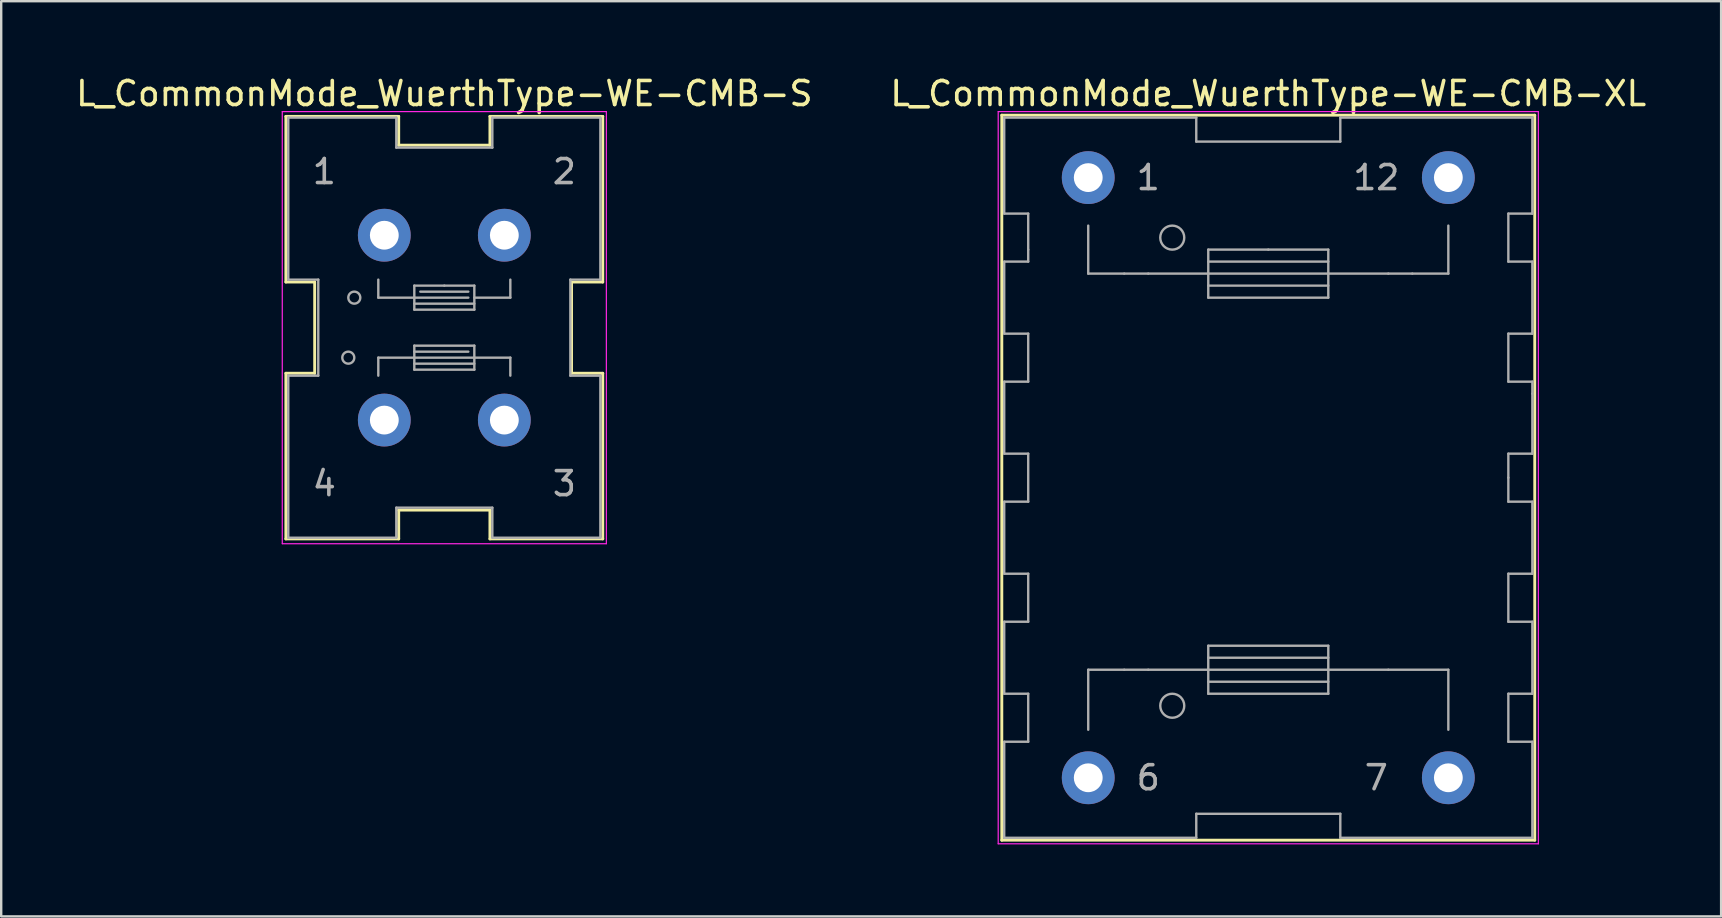
<source format=kicad_pcb>
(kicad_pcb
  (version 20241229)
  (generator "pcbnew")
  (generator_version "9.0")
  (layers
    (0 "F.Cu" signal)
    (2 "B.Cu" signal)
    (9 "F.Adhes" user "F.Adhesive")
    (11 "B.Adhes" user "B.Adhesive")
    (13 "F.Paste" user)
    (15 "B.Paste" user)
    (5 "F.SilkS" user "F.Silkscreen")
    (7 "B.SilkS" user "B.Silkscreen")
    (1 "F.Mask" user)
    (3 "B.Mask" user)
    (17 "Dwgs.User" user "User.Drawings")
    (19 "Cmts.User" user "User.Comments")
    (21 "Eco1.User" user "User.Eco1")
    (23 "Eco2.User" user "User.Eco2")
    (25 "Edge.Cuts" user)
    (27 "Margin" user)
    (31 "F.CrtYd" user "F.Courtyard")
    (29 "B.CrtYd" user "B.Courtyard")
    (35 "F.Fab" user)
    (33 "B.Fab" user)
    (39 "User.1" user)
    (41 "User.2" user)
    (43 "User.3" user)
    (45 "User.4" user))
  (footprint "L_CommonMode_WuerthType-WE-CMB-S"
    (layer "F.Cu")
    (at 12.958 6.748)
    (property "Reference" "L_CommonMode_WuerthType-WE-CMB-S" (at 2.5 -5.9 0) (layer "F.SilkS") (effects (font (size 1 1) (thickness 0.15))))
    (attr through_hole)
    (fp_line (start -4.1 -4.95) (end -4 -4.95) (stroke (width 0.12) (type solid)) (layer "F.SilkS"))
    (fp_line (start -4.1 1.95) (end -4.1 -4.95) (stroke (width 0.12) (type solid)) (layer "F.SilkS"))
    (fp_line (start -4.1 5.75) (end -2.9 5.75) (stroke (width 0.12) (type solid)) (layer "F.SilkS"))
    (fp_line (start -4.1 12.65) (end -4.1 5.75) (stroke (width 0.12) (type solid)) (layer "F.SilkS"))
    (fp_line (start -4 -4.95) (end 0.6 -4.95) (stroke (width 0.12) (type solid)) (layer "F.SilkS"))
    (fp_line (start -2.9 1.95) (end -4.1 1.95) (stroke (width 0.12) (type solid)) (layer "F.SilkS"))
    (fp_line (start -2.9 5.75) (end -2.9 1.95) (stroke (width 0.12) (type solid)) (layer "F.SilkS"))
    (fp_line (start 0.6 -4.95) (end 0.6 -3.75) (stroke (width 0.12) (type solid)) (layer "F.SilkS"))
    (fp_line (start 0.6 -3.75) (end 4.4 -3.75) (stroke (width 0.12) (type solid)) (layer "F.SilkS"))
    (fp_line (start 0.6 11.45) (end 0.6 12.65) (stroke (width 0.12) (type solid)) (layer "F.SilkS"))
    (fp_line (start 0.6 12.65) (end -4.1 12.65) (stroke (width 0.12) (type solid)) (layer "F.SilkS"))
    (fp_line (start 4.4 -4.95) (end 9.1 -4.95) (stroke (width 0.12) (type solid)) (layer "F.SilkS"))
    (fp_line (start 4.4 -3.75) (end 4.4 -4.95) (stroke (width 0.12) (type solid)) (layer "F.SilkS"))
    (fp_line (start 4.4 11.45) (end 0.6 11.45) (stroke (width 0.12) (type solid)) (layer "F.SilkS"))
    (fp_line (start 4.4 12.65) (end 4.4 11.45) (stroke (width 0.12) (type solid)) (layer "F.SilkS"))
    (fp_line (start 7.8 1.95) (end 7.8 5.75) (stroke (width 0.12) (type solid)) (layer "F.SilkS"))
    (fp_line (start 7.8 5.75) (end 9.1 5.75) (stroke (width 0.12) (type solid)) (layer "F.SilkS"))
    (fp_line (start 9.1 -4.95) (end 9.1 1.95) (stroke (width 0.12) (type solid)) (layer "F.SilkS"))
    (fp_line (start 9.1 1.95) (end 7.8 1.95) (stroke (width 0.12) (type solid)) (layer "F.SilkS"))
    (fp_line (start 9.1 5.75) (end 9.1 12.65) (stroke (width 0.12) (type solid)) (layer "F.SilkS"))
    (fp_line (start 9.1 12.65) (end 4.4 12.65) (stroke (width 0.12) (type solid)) (layer "F.SilkS"))
    (fp_line (start -4.25 -5.15) (end -4.25 12.85) (stroke (width 0.05) (type solid)) (layer "F.CrtYd"))
    (fp_line (start -4.25 12.85) (end 9.25 12.85) (stroke (width 0.05) (type solid)) (layer "F.CrtYd"))
    (fp_line (start 9.25 -5.15) (end -4.25 -5.15) (stroke (width 0.05) (type solid)) (layer "F.CrtYd"))
    (fp_line (start 9.25 12.85) (end 9.25 -5.15) (stroke (width 0.05) (type solid)) (layer "F.CrtYd"))
    (fp_line (start -4 -4.9) (end -4 1.85) (stroke (width 0.1) (type solid)) (layer "F.Fab"))
    (fp_line (start -4 1.85) (end -2.75 1.85) (stroke (width 0.1) (type solid)) (layer "F.Fab"))
    (fp_line (start -4 5.85) (end -4 12.6) (stroke (width 0.1) (type solid)) (layer "F.Fab"))
    (fp_line (start -4 12.6) (end 0.5 12.6) (stroke (width 0.1) (type solid)) (layer "F.Fab"))
    (fp_line (start -2.75 1.85) (end -2.75 5.85) (stroke (width 0.1) (type solid)) (layer "F.Fab"))
    (fp_line (start -2.75 5.85) (end -4 5.85) (stroke (width 0.1) (type solid)) (layer "F.Fab"))
    (fp_line (start -0.25 2.6) (end -0.25 1.85) (stroke (width 0.1) (type solid)) (layer "F.Fab"))
    (fp_line (start -0.25 5.1) (end -0.25 5.85) (stroke (width 0.1) (type solid)) (layer "F.Fab"))
    (fp_line (start 0.5 -4.9) (end -4 -4.9) (stroke (width 0.1) (type solid)) (layer "F.Fab"))
    (fp_line (start 0.5 -3.65) (end 0.5 -4.9) (stroke (width 0.1) (type solid)) (layer "F.Fab"))
    (fp_line (start 0.5 11.35) (end 4.5 11.35) (stroke (width 0.1) (type solid)) (layer "F.Fab"))
    (fp_line (start 0.5 12.6) (end 0.5 11.35) (stroke (width 0.1) (type solid)) (layer "F.Fab"))
    (fp_line (start 1.25 2.1) (end 2.5 2.1) (stroke (width 0.1) (type solid)) (layer "F.Fab"))
    (fp_line (start 1.25 2.6) (end -0.25 2.6) (stroke (width 0.1) (type solid)) (layer "F.Fab"))
    (fp_line (start 1.25 2.85) (end 3.75 2.85) (stroke (width 0.1) (type solid)) (layer "F.Fab"))
    (fp_line (start 1.25 3.1) (end 1.25 2.1) (stroke (width 0.1) (type solid)) (layer "F.Fab"))
    (fp_line (start 1.25 4.6) (end 3.75 4.6) (stroke (width 0.1) (type solid)) (layer "F.Fab"))
    (fp_line (start 1.25 4.85) (end 3.5 4.85) (stroke (width 0.1) (type solid)) (layer "F.Fab"))
    (fp_line (start 1.25 5.1) (end -0.25 5.1) (stroke (width 0.1) (type solid)) (layer "F.Fab"))
    (fp_line (start 1.25 5.6) (end 1.25 4.6) (stroke (width 0.1) (type solid)) (layer "F.Fab"))
    (fp_line (start 2.5 2.1) (end 3.75 2.1) (stroke (width 0.1) (type solid)) (layer "F.Fab"))
    (fp_line (start 3.5 2.35) (end 1.5 2.35) (stroke (width 0.1) (type solid)) (layer "F.Fab"))
    (fp_line (start 3.5 2.6) (end 1.25 2.6) (stroke (width 0.1) (type solid)) (layer "F.Fab"))
    (fp_line (start 3.75 2.1) (end 3.75 3.1) (stroke (width 0.1) (type solid)) (layer "F.Fab"))
    (fp_line (start 3.75 2.6) (end 5.25 2.6) (stroke (width 0.1) (type solid)) (layer "F.Fab"))
    (fp_line (start 3.75 3.1) (end 1.25 3.1) (stroke (width 0.1) (type solid)) (layer "F.Fab"))
    (fp_line (start 3.75 4.6) (end 3.75 5.6) (stroke (width 0.1) (type solid)) (layer "F.Fab"))
    (fp_line (start 3.75 5.1) (end 1.25 5.1) (stroke (width 0.1) (type solid)) (layer "F.Fab"))
    (fp_line (start 3.75 5.1) (end 5.25 5.1) (stroke (width 0.1) (type solid)) (layer "F.Fab"))
    (fp_line (start 3.75 5.35) (end 1.25 5.35) (stroke (width 0.1) (type solid)) (layer "F.Fab"))
    (fp_line (start 3.75 5.6) (end 1.25 5.6) (stroke (width 0.1) (type solid)) (layer "F.Fab"))
    (fp_line (start 4.5 -4.9) (end 4.5 -3.65) (stroke (width 0.1) (type solid)) (layer "F.Fab"))
    (fp_line (start 4.5 -3.65) (end 0.5 -3.65) (stroke (width 0.1) (type solid)) (layer "F.Fab"))
    (fp_line (start 4.5 11.35) (end 4.5 12.6) (stroke (width 0.1) (type solid)) (layer "F.Fab"))
    (fp_line (start 4.5 12.6) (end 9 12.6) (stroke (width 0.1) (type solid)) (layer "F.Fab"))
    (fp_line (start 5.25 2.6) (end 5.25 1.85) (stroke (width 0.1) (type solid)) (layer "F.Fab"))
    (fp_line (start 5.25 5.1) (end 5.25 5.85) (stroke (width 0.1) (type solid)) (layer "F.Fab"))
    (fp_line (start 7.75 1.85) (end 9 1.85) (stroke (width 0.1) (type solid)) (layer "F.Fab"))
    (fp_line (start 7.75 5.85) (end 7.75 1.85) (stroke (width 0.1) (type solid)) (layer "F.Fab"))
    (fp_line (start 9 -4.9) (end 4.5 -4.9) (stroke (width 0.1) (type solid)) (layer "F.Fab"))
    (fp_line (start 9 1.85) (end 9 -4.9) (stroke (width 0.1) (type solid)) (layer "F.Fab"))
    (fp_line (start 9 5.85) (end 7.75 5.85) (stroke (width 0.1) (type solid)) (layer "F.Fab"))
    (fp_line (start 9 12.6) (end 9 5.85) (stroke (width 0.1) (type solid)) (layer "F.Fab"))
    (fp_circle (center -1.5 5.1) (end -1.5 4.85) (stroke (width 0.1) (type solid)) (fill no) (layer "F.Fab"))
    (fp_circle (center -1.25 2.6) (end -1 2.6) (stroke (width 0.1) (type solid)) (fill no) (layer "F.Fab"))
    (fp_text user "4" (at -2.5 10.35 0) (layer "F.Fab") (effects (font (size 1 1) (thickness 0.15))))
    (fp_text user "3" (at 7.5 10.35 0) (layer "F.Fab") (effects (font (size 1 1) (thickness 0.15))))
    (fp_text user "1" (at -2.5 -2.65 0) (layer "F.Fab") (effects (font (size 1 1) (thickness 0.15))))
    (fp_text user "2" (at 7.5 -2.65 0) (layer "F.Fab") (effects (font (size 1 1) (thickness 0.15))))
    (pad "1" thru_hole circle (at 0 0) (size 2.2 2.2) (drill 1.2) (layers "*.Cu" "*.Mask"))
    (pad "2" thru_hole circle (at 5 0) (size 2.2 2.2) (drill 1.2) (layers "*.Cu" "*.Mask"))
    (pad "3" thru_hole circle (at 5 7.7) (size 2.2 2.2) (drill 1.2) (layers "*.Cu" "*.Mask"))
    (pad "4" thru_hole circle (at 0 7.7) (size 2.2 2.2) (drill 1.2) (layers "*.Cu" "*.Mask")))
  (footprint "L_CommonMode_WuerthType-WE-CMB-XL"
    (layer "F.Cu")
    (at 42.28 4.348)
    (property "Reference" "L_CommonMode_WuerthType-WE-CMB-XL" (at 7.5 -3.5 0) (layer "F.SilkS") (effects (font (size 1 1) (thickness 0.15))))
    (attr through_hole)
    (fp_line (start -3.6 -2.6) (end -3.6 27.6) (stroke (width 0.12) (type solid)) (layer "F.SilkS"))
    (fp_line (start -3.6 27.6) (end 18.6 27.6) (stroke (width 0.12) (type solid)) (layer "F.SilkS"))
    (fp_line (start 18.6 -2.6) (end -3.6 -2.6) (stroke (width 0.12) (type solid)) (layer "F.SilkS"))
    (fp_line (start 18.6 27.6) (end 18.6 -2.6) (stroke (width 0.12) (type solid)) (layer "F.SilkS"))
    (fp_line (start -3.75 -2.75) (end 18.75 -2.75) (stroke (width 0.05) (type solid)) (layer "F.CrtYd"))
    (fp_line (start -3.75 27.75) (end -3.75 -2.75) (stroke (width 0.05) (type solid)) (layer "F.CrtYd"))
    (fp_line (start 18.75 -2.75) (end 18.75 27.75) (stroke (width 0.05) (type solid)) (layer "F.CrtYd"))
    (fp_line (start 18.75 27.75) (end -3.75 27.75) (stroke (width 0.05) (type solid)) (layer "F.CrtYd"))
    (fp_line (start -3.5 -2.5) (end -3.5 1.5) (stroke (width 0.1) (type solid)) (layer "F.Fab"))
    (fp_line (start -3.5 1.5) (end -2.5 1.5) (stroke (width 0.1) (type solid)) (layer "F.Fab"))
    (fp_line (start -3.5 3.5) (end -3.5 6.5) (stroke (width 0.1) (type solid)) (layer "F.Fab"))
    (fp_line (start -3.5 6.5) (end -2.5 6.5) (stroke (width 0.1) (type solid)) (layer "F.Fab"))
    (fp_line (start -3.5 8.5) (end -3.5 11.5) (stroke (width 0.1) (type solid)) (layer "F.Fab"))
    (fp_line (start -3.5 11.5) (end -2.5 11.5) (stroke (width 0.1) (type solid)) (layer "F.Fab"))
    (fp_line (start -3.5 13.5) (end -3.5 16.5) (stroke (width 0.1) (type solid)) (layer "F.Fab"))
    (fp_line (start -3.5 16.5) (end -2.5 16.5) (stroke (width 0.1) (type solid)) (layer "F.Fab"))
    (fp_line (start -3.5 18.5) (end -3.5 21.5) (stroke (width 0.1) (type solid)) (layer "F.Fab"))
    (fp_line (start -3.5 21.5) (end -2.5 21.5) (stroke (width 0.1) (type solid)) (layer "F.Fab"))
    (fp_line (start -3.5 23.5) (end -3.5 27.5) (stroke (width 0.1) (type solid)) (layer "F.Fab"))
    (fp_line (start -2.5 1.5) (end -2.5 3) (stroke (width 0.1) (type solid)) (layer "F.Fab"))
    (fp_line (start -2.5 3) (end -2.5 3.5) (stroke (width 0.1) (type solid)) (layer "F.Fab"))
    (fp_line (start -2.5 3.5) (end -3.5 3.5) (stroke (width 0.1) (type solid)) (layer "F.Fab"))
    (fp_line (start -2.5 6.5) (end -2.5 8.5) (stroke (width 0.1) (type solid)) (layer "F.Fab"))
    (fp_line (start -2.5 8.5) (end -3.5 8.5) (stroke (width 0.1) (type solid)) (layer "F.Fab"))
    (fp_line (start -2.5 11.5) (end -2.5 13.5) (stroke (width 0.1) (type solid)) (layer "F.Fab"))
    (fp_line (start -2.5 13.5) (end -3.5 13.5) (stroke (width 0.1) (type solid)) (layer "F.Fab"))
    (fp_line (start -2.5 16.5) (end -2.5 18.5) (stroke (width 0.1) (type solid)) (layer "F.Fab"))
    (fp_line (start -2.5 18.5) (end -3.5 18.5) (stroke (width 0.1) (type solid)) (layer "F.Fab"))
    (fp_line (start -2.5 21.5) (end -2.5 23.5) (stroke (width 0.1) (type solid)) (layer "F.Fab"))
    (fp_line (start -2.5 23.5) (end -3.5 23.5) (stroke (width 0.1) (type solid)) (layer "F.Fab"))
    (fp_line (start 0 4) (end 0 2) (stroke (width 0.1) (type solid)) (layer "F.Fab"))
    (fp_line (start 0 20.5) (end 0 23) (stroke (width 0.1) (type solid)) (layer "F.Fab"))
    (fp_line (start 1.5 4) (end 0 4) (stroke (width 0.1) (type solid)) (layer "F.Fab"))
    (fp_line (start 1.5 20.5) (end 0 20.5) (stroke (width 0.1) (type solid)) (layer "F.Fab"))
    (fp_line (start 2.5 4) (end 1.5 4) (stroke (width 0.1) (type solid)) (layer "F.Fab"))
    (fp_line (start 2.5 20.5) (end 1.5 20.5) (stroke (width 0.1) (type solid)) (layer "F.Fab"))
    (fp_line (start 2.5 20.5) (end 5 20.5) (stroke (width 0.1) (type solid)) (layer "F.Fab"))
    (fp_line (start 4.5 -2.5) (end -3.5 -2.5) (stroke (width 0.1) (type solid)) (layer "F.Fab"))
    (fp_line (start 4.5 -1.5) (end 4.5 -2.5) (stroke (width 0.1) (type solid)) (layer "F.Fab"))
    (fp_line (start 4.5 26.5) (end 4.5 27.5) (stroke (width 0.1) (type solid)) (layer "F.Fab"))
    (fp_line (start 4.5 27.5) (end -3.5 27.5) (stroke (width 0.1) (type solid)) (layer "F.Fab"))
    (fp_line (start 5 3) (end 7.5 3) (stroke (width 0.1) (type solid)) (layer "F.Fab"))
    (fp_line (start 5 4) (end 2.5 4) (stroke (width 0.1) (type solid)) (layer "F.Fab"))
    (fp_line (start 5 4) (end 10 4) (stroke (width 0.1) (type solid)) (layer "F.Fab"))
    (fp_line (start 5 4.5) (end 10 4.5) (stroke (width 0.1) (type solid)) (layer "F.Fab"))
    (fp_line (start 5 5) (end 5 3) (stroke (width 0.1) (type solid)) (layer "F.Fab"))
    (fp_line (start 5 19.5) (end 10 19.5) (stroke (width 0.1) (type solid)) (layer "F.Fab"))
    (fp_line (start 5 21) (end 10 21) (stroke (width 0.1) (type solid)) (layer "F.Fab"))
    (fp_line (start 5 21.5) (end 5 19.5) (stroke (width 0.1) (type solid)) (layer "F.Fab"))
    (fp_line (start 7.5 3) (end 10 3) (stroke (width 0.1) (type solid)) (layer "F.Fab"))
    (fp_line (start 10 3) (end 10 5) (stroke (width 0.1) (type solid)) (layer "F.Fab"))
    (fp_line (start 10 3.5) (end 5 3.5) (stroke (width 0.1) (type solid)) (layer "F.Fab"))
    (fp_line (start 10 4) (end 12.5 4) (stroke (width 0.1) (type solid)) (layer "F.Fab"))
    (fp_line (start 10 5) (end 5 5) (stroke (width 0.1) (type solid)) (layer "F.Fab"))
    (fp_line (start 10 19.5) (end 10 21.5) (stroke (width 0.1) (type solid)) (layer "F.Fab"))
    (fp_line (start 10 20) (end 5 20) (stroke (width 0.1) (type solid)) (layer "F.Fab"))
    (fp_line (start 10 20.5) (end 5 20.5) (stroke (width 0.1) (type solid)) (layer "F.Fab"))
    (fp_line (start 10 21.5) (end 5 21.5) (stroke (width 0.1) (type solid)) (layer "F.Fab"))
    (fp_line (start 10.5 -2.5) (end 10.5 -1.5) (stroke (width 0.1) (type solid)) (layer "F.Fab"))
    (fp_line (start 10.5 -1.5) (end 4.5 -1.5) (stroke (width 0.1) (type solid)) (layer "F.Fab"))
    (fp_line (start 10.5 26.5) (end 4.5 26.5) (stroke (width 0.1) (type solid)) (layer "F.Fab"))
    (fp_line (start 10.5 27.5) (end 10.5 26.5) (stroke (width 0.1) (type solid)) (layer "F.Fab"))
    (fp_line (start 12.5 4) (end 13.5 4) (stroke (width 0.1) (type solid)) (layer "F.Fab"))
    (fp_line (start 12.5 20.5) (end 10 20.5) (stroke (width 0.1) (type solid)) (layer "F.Fab"))
    (fp_line (start 12.5 20.5) (end 15 20.5) (stroke (width 0.1) (type solid)) (layer "F.Fab"))
    (fp_line (start 13.5 4) (end 15 4) (stroke (width 0.1) (type solid)) (layer "F.Fab"))
    (fp_line (start 15 4) (end 15 2) (stroke (width 0.1) (type solid)) (layer "F.Fab"))
    (fp_line (start 15 20.5) (end 15 23) (stroke (width 0.1) (type solid)) (layer "F.Fab"))
    (fp_line (start 17.5 1.5) (end 18.5 1.5) (stroke (width 0.1) (type solid)) (layer "F.Fab"))
    (fp_line (start 17.5 3.5) (end 17.5 1.5) (stroke (width 0.1) (type solid)) (layer "F.Fab"))
    (fp_line (start 17.5 6.5) (end 18.5 6.5) (stroke (width 0.1) (type solid)) (layer "F.Fab"))
    (fp_line (start 17.5 8.5) (end 17.5 6.5) (stroke (width 0.1) (type solid)) (layer "F.Fab"))
    (fp_line (start 17.5 11.5) (end 18.5 11.5) (stroke (width 0.1) (type solid)) (layer "F.Fab"))
    (fp_line (start 17.5 12.5) (end 17.5 11.5) (stroke (width 0.1) (type solid)) (layer "F.Fab"))
    (fp_line (start 17.5 12.5) (end 17.5 13.5) (stroke (width 0.1) (type solid)) (layer "F.Fab"))
    (fp_line (start 17.5 13.5) (end 18.5 13.5) (stroke (width 0.1) (type solid)) (layer "F.Fab"))
    (fp_line (start 17.5 16.5) (end 17.5 18.5) (stroke (width 0.1) (type solid)) (layer "F.Fab"))
    (fp_line (start 17.5 18.5) (end 18.5 18.5) (stroke (width 0.1) (type solid)) (layer "F.Fab"))
    (fp_line (start 17.5 21.5) (end 17.5 23.5) (stroke (width 0.1) (type solid)) (layer "F.Fab"))
    (fp_line (start 17.5 23.5) (end 18.5 23.5) (stroke (width 0.1) (type solid)) (layer "F.Fab"))
    (fp_line (start 18.5 -2.5) (end 10.5 -2.5) (stroke (width 0.1) (type solid)) (layer "F.Fab"))
    (fp_line (start 18.5 1.5) (end 18.5 -2.5) (stroke (width 0.1) (type solid)) (layer "F.Fab"))
    (fp_line (start 18.5 3.5) (end 17.5 3.5) (stroke (width 0.1) (type solid)) (layer "F.Fab"))
    (fp_line (start 18.5 6.5) (end 18.5 3.5) (stroke (width 0.1) (type solid)) (layer "F.Fab"))
    (fp_line (start 18.5 8.5) (end 17.5 8.5) (stroke (width 0.1) (type solid)) (layer "F.Fab"))
    (fp_line (start 18.5 9) (end 18.5 8.5) (stroke (width 0.1) (type solid)) (layer "F.Fab"))
    (fp_line (start 18.5 11.5) (end 18.5 9) (stroke (width 0.1) (type solid)) (layer "F.Fab"))
    (fp_line (start 18.5 13.5) (end 18.5 16.5) (stroke (width 0.1) (type solid)) (layer "F.Fab"))
    (fp_line (start 18.5 16.5) (end 17.5 16.5) (stroke (width 0.1) (type solid)) (layer "F.Fab"))
    (fp_line (start 18.5 18.5) (end 18.5 21.5) (stroke (width 0.1) (type solid)) (layer "F.Fab"))
    (fp_line (start 18.5 21.5) (end 17.5 21.5) (stroke (width 0.1) (type solid)) (layer "F.Fab"))
    (fp_line (start 18.5 23.5) (end 18.5 27.5) (stroke (width 0.1) (type solid)) (layer "F.Fab"))
    (fp_line (start 18.5 27.5) (end 10.5 27.5) (stroke (width 0.1) (type solid)) (layer "F.Fab"))
    (fp_circle (center 3.5 2.5) (end 4 2.5) (stroke (width 0.1) (type solid)) (fill no) (layer "F.Fab"))
    (fp_circle (center 3.5 22) (end 4 22) (stroke (width 0.1) (type solid)) (fill no) (layer "F.Fab"))
    (fp_text user "6" (at 2.5 25 0) (layer "F.Fab") (effects (font (size 1 1) (thickness 0.15))))
    (fp_text user "1" (at 2.5 0 0) (layer "F.Fab") (effects (font (size 1 1) (thickness 0.15))))
    (fp_text user "12" (at 12 0 0) (layer "F.Fab") (effects (font (size 1 1) (thickness 0.15))))
    (fp_text user "7" (at 12 25 0) (layer "F.Fab") (effects (font (size 1 1) (thickness 0.15))))
    (pad "1" thru_hole circle (at 0 0) (size 2.2 2.2) (drill 1.2) (layers "*.Cu" "*.Mask"))
    (pad "6" thru_hole circle (at 0 25) (size 2.2 2.2) (drill 1.2) (layers "*.Cu" "*.Mask"))
    (pad "7" thru_hole circle (at 15 25) (size 2.2 2.2) (drill 1.2) (layers "*.Cu" "*.Mask"))
    (pad "12" thru_hole circle (at 15 0) (size 2.2 2.2) (drill 1.2) (layers "*.Cu" "*.Mask")))
  (gr_rect
    (start -3 -3)
    (end 68.643 35.123)
    (stroke (width 0.1) (type default))
    (fill no)
    (layer "Edge.Cuts")))
</source>
